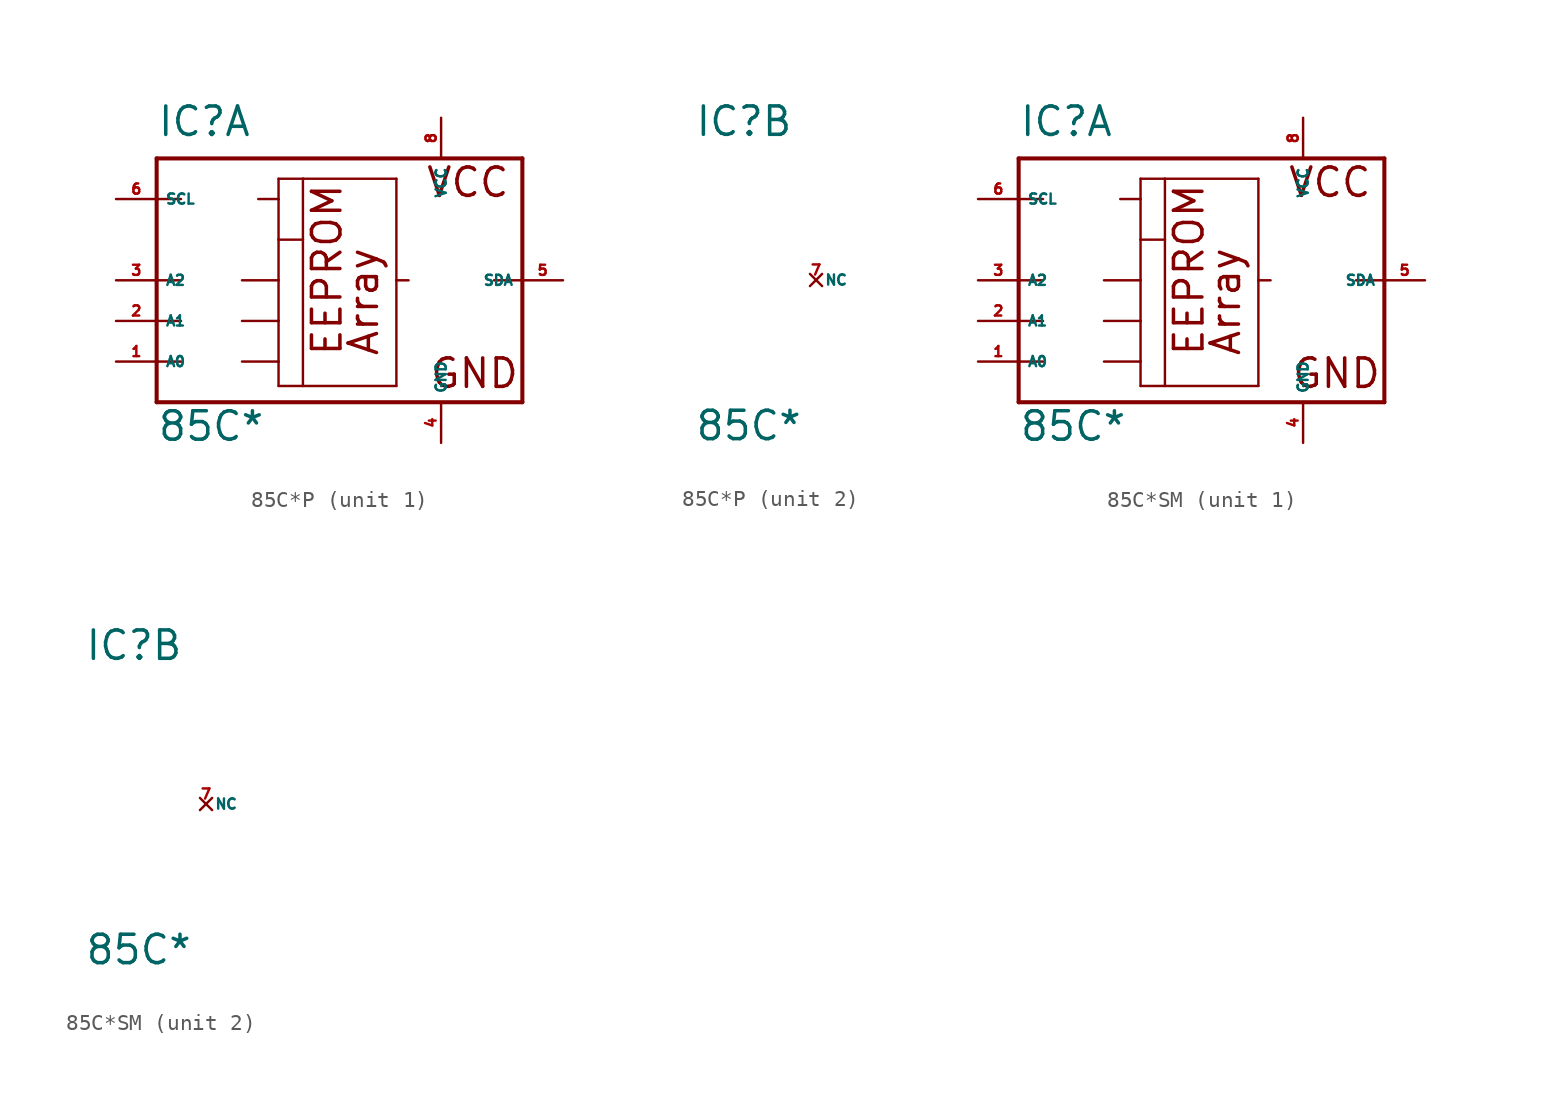
<source format=kicad_sym>
(kicad_symbol_lib
  (version 20220914)
  (generator Eagle2Kicad)
  (symbol "85C*P"
    (property "Reference" "IC"
      (at -10.16 8.89 0)
      (effects (font (size 1.778 1.778) (thickness 0.22)) (justify left bottom)))
    (property "Value" "85C*"
      (at -10.16 -10.16 0)
      (effects (font (size 1.778 1.778) (thickness 0.22)) (justify left bottom)))
    (symbol "85C*P_1_0"
      (polyline (pts (xy -10.16 7.62) (xy 12.7 7.62)) (stroke (width 0.254) (type default)) (fill (type none)))
      (polyline (pts (xy 12.7 7.62) (xy 12.7 0)) (stroke (width 0.254) (type default)) (fill (type none)))
      (polyline (pts (xy 12.7 0) (xy 12.7 -7.62)) (stroke (width 0.254) (type default)) (fill (type none)))
      (polyline (pts (xy 12.7 -7.62) (xy -10.16 -7.62)) (stroke (width 0.254) (type default)) (fill (type none)))
      (polyline (pts (xy -10.16 -7.62) (xy -10.16 -5.08)) (stroke (width 0.254) (type default)) (fill (type none)))
      (polyline (pts (xy -10.16 -5.08) (xy -10.16 -2.54)) (stroke (width 0.254) (type default)) (fill (type none)))
      (polyline (pts (xy -10.16 -2.54) (xy -10.16 0)) (stroke (width 0.254) (type default)) (fill (type none)))
      (polyline (pts (xy -10.16 0) (xy -10.16 5.08)) (stroke (width 0.254) (type default)) (fill (type none)))
      (polyline (pts (xy -10.16 5.08) (xy -10.16 7.62)) (stroke (width 0.254) (type default)) (fill (type none)))
      (polyline (pts (xy -2.54 6.35) (xy -1.016 6.35)) (stroke (width 0.152) (type default)) (fill (type none)))
      (polyline (pts (xy -1.016 6.35) (xy 4.826 6.35)) (stroke (width 0.152) (type default)) (fill (type none)))
      (polyline (pts (xy 4.826 6.35) (xy 4.826 0)) (stroke (width 0.152) (type default)) (fill (type none)))
      (polyline (pts (xy 4.826 0) (xy 4.826 -6.604)) (stroke (width 0.152) (type default)) (fill (type none)))
      (polyline (pts (xy 4.826 -6.604) (xy -1.016 -6.604)) (stroke (width 0.152) (type default)) (fill (type none)))
      (polyline (pts (xy -1.016 -6.604) (xy -2.54 -6.604)) (stroke (width 0.152) (type default)) (fill (type none)))
      (polyline (pts (xy -2.54 -6.604) (xy -2.54 -5.08)) (stroke (width 0.152) (type default)) (fill (type none)))
      (polyline (pts (xy -2.54 -5.08) (xy -2.54 -2.54)) (stroke (width 0.152) (type default)) (fill (type none)))
      (polyline (pts (xy -2.54 -2.54) (xy -2.54 0)) (stroke (width 0.152) (type default)) (fill (type none)))
      (polyline (pts (xy -2.54 0) (xy -2.54 2.54)) (stroke (width 0.152) (type default)) (fill (type none)))
      (polyline (pts (xy -2.54 2.54) (xy -2.54 5.08)) (stroke (width 0.152) (type default)) (fill (type none)))
      (polyline (pts (xy -2.54 5.08) (xy -2.54 6.35)) (stroke (width 0.152) (type default)) (fill (type none)))
      (polyline (pts (xy -4.826 0) (xy -2.54 0)) (stroke (width 0.152) (type default)) (fill (type none)))
      (polyline (pts (xy -4.826 -2.54) (xy -2.54 -2.54)) (stroke (width 0.152) (type default)) (fill (type none)))
      (polyline (pts (xy -4.826 -5.08) (xy -2.54 -5.08)) (stroke (width 0.152) (type default)) (fill (type none)))
      (polyline (pts (xy -10.16 0) (xy -8.636 0)) (stroke (width 0.152) (type default)) (fill (type none)))
      (polyline (pts (xy -10.16 -2.54) (xy -8.636 -2.54)) (stroke (width 0.152) (type default)) (fill (type none)))
      (polyline (pts (xy -10.16 -5.08) (xy -8.636 -5.08)) (stroke (width 0.152) (type default)) (fill (type none)))
      (polyline (pts (xy 12.7 0) (xy 10.922 0)) (stroke (width 0.152) (type default)) (fill (type none)))
      (polyline (pts (xy 5.588 0) (xy 4.826 0)) (stroke (width 0.152) (type default)) (fill (type none)))
      (polyline (pts (xy -1.016 6.35) (xy -1.016 2.54)) (stroke (width 0.152) (type default)) (fill (type none)))
      (polyline (pts (xy -1.016 2.54) (xy -1.016 -6.604)) (stroke (width 0.152) (type default)) (fill (type none)))
      (polyline (pts (xy -10.16 5.08) (xy -8.636 5.08)) (stroke (width 0.152) (type default)) (fill (type none)))
      (polyline (pts (xy -3.81 5.08) (xy -2.54 5.08)) (stroke (width 0.152) (type default)) (fill (type none)))
      (polyline (pts (xy -1.016 2.54) (xy -2.54 2.54)) (stroke (width 0.152) (type default)) (fill (type none)))
      (text "Array" (at 3.81 -4.826 900) (effects (font (size 1.778 1.778) (thickness 0.22)) (justify left bottom)))
      (text "VCC" (at 6.604 5.08 0) (effects (font (size 1.778 1.778) (thickness 0.22)) (justify left bottom)))
      (text "GND" (at 6.858 -6.858 0) (effects (font (size 1.778 1.778) (thickness 0.22)) (justify left bottom)))
      (text "EEPROM" (at 1.524 -4.826 900) (effects (font (size 1.778 1.778) (thickness 0.22)) (justify left bottom)))
      (pin unspecified line (at 7.62 10.16 270) (length 2.54) (name "VCC" (effects (font (size 0.635 0.635) (thickness 0.08)) (justify left bottom))) (number "8" (effects (font (size 0.635 0.635) (thickness 0.08)) (justify left bottom))))
      (pin unspecified line (at 7.62 -10.16 90) (length 2.54) (name "GND" (effects (font (size 0.635 0.635) (thickness 0.08)) (justify left bottom))) (number "4" (effects (font (size 0.635 0.635) (thickness 0.08)) (justify left bottom))))
      (pin tri_state line (at 15.24 0 180) (length 2.54) (name "SDA" (effects (font (size 0.635 0.635) (thickness 0.08)) (justify left bottom))) (number "5" (effects (font (size 0.635 0.635) (thickness 0.08)) (justify left bottom))))
      (pin input line (at -12.7 -5.08 0) (length 2.54) (name "A0" (effects (font (size 0.635 0.635) (thickness 0.08)) (justify left bottom))) (number "1" (effects (font (size 0.635 0.635) (thickness 0.08)) (justify left bottom))))
      (pin input line (at -12.7 -2.54 0) (length 2.54) (name "A1" (effects (font (size 0.635 0.635) (thickness 0.08)) (justify left bottom))) (number "2" (effects (font (size 0.635 0.635) (thickness 0.08)) (justify left bottom))))
      (pin input line (at -12.7 0 0) (length 2.54) (name "A2" (effects (font (size 0.635 0.635) (thickness 0.08)) (justify left bottom))) (number "3" (effects (font (size 0.635 0.635) (thickness 0.08)) (justify left bottom))))
      (pin input line (at -12.7 5.08 0) (length 2.54) (name "SCL" (effects (font (size 0.635 0.635) (thickness 0.08)) (justify left bottom))) (number "6" (effects (font (size 0.635 0.635) (thickness 0.08)) (justify left bottom)))))
    (symbol "85C*P_2_0"
      (pin no_connect line (at -2.54 0 0) (length 0) (name "NC" (effects (font (size 0.635 0.635) (thickness 0.08)) (justify left bottom) hide)) (number "7" (effects (font (size 0.635 0.635) (thickness 0.08)) (justify left bottom) hide)))))
  (symbol "85C*SM"
    (property "Reference" "IC"
      (at -10.16 8.89 0)
      (effects (font (size 1.778 1.778) (thickness 0.22)) (justify left bottom)))
    (property "Value" "85C*"
      (at -10.16 -10.16 0)
      (effects (font (size 1.778 1.778) (thickness 0.22)) (justify left bottom)))
    (symbol "85C*SM_1_0"
      (polyline (pts (xy -10.16 7.62) (xy 12.7 7.62)) (stroke (width 0.254) (type default)) (fill (type none)))
      (polyline (pts (xy 12.7 7.62) (xy 12.7 0)) (stroke (width 0.254) (type default)) (fill (type none)))
      (polyline (pts (xy 12.7 0) (xy 12.7 -7.62)) (stroke (width 0.254) (type default)) (fill (type none)))
      (polyline (pts (xy 12.7 -7.62) (xy -10.16 -7.62)) (stroke (width 0.254) (type default)) (fill (type none)))
      (polyline (pts (xy -10.16 -7.62) (xy -10.16 -5.08)) (stroke (width 0.254) (type default)) (fill (type none)))
      (polyline (pts (xy -10.16 -5.08) (xy -10.16 -2.54)) (stroke (width 0.254) (type default)) (fill (type none)))
      (polyline (pts (xy -10.16 -2.54) (xy -10.16 0)) (stroke (width 0.254) (type default)) (fill (type none)))
      (polyline (pts (xy -10.16 0) (xy -10.16 5.08)) (stroke (width 0.254) (type default)) (fill (type none)))
      (polyline (pts (xy -10.16 5.08) (xy -10.16 7.62)) (stroke (width 0.254) (type default)) (fill (type none)))
      (polyline (pts (xy -2.54 6.35) (xy -1.016 6.35)) (stroke (width 0.152) (type default)) (fill (type none)))
      (polyline (pts (xy -1.016 6.35) (xy 4.826 6.35)) (stroke (width 0.152) (type default)) (fill (type none)))
      (polyline (pts (xy 4.826 6.35) (xy 4.826 0)) (stroke (width 0.152) (type default)) (fill (type none)))
      (polyline (pts (xy 4.826 0) (xy 4.826 -6.604)) (stroke (width 0.152) (type default)) (fill (type none)))
      (polyline (pts (xy 4.826 -6.604) (xy -1.016 -6.604)) (stroke (width 0.152) (type default)) (fill (type none)))
      (polyline (pts (xy -1.016 -6.604) (xy -2.54 -6.604)) (stroke (width 0.152) (type default)) (fill (type none)))
      (polyline (pts (xy -2.54 -6.604) (xy -2.54 -5.08)) (stroke (width 0.152) (type default)) (fill (type none)))
      (polyline (pts (xy -2.54 -5.08) (xy -2.54 -2.54)) (stroke (width 0.152) (type default)) (fill (type none)))
      (polyline (pts (xy -2.54 -2.54) (xy -2.54 0)) (stroke (width 0.152) (type default)) (fill (type none)))
      (polyline (pts (xy -2.54 0) (xy -2.54 2.54)) (stroke (width 0.152) (type default)) (fill (type none)))
      (polyline (pts (xy -2.54 2.54) (xy -2.54 5.08)) (stroke (width 0.152) (type default)) (fill (type none)))
      (polyline (pts (xy -2.54 5.08) (xy -2.54 6.35)) (stroke (width 0.152) (type default)) (fill (type none)))
      (polyline (pts (xy -4.826 0) (xy -2.54 0)) (stroke (width 0.152) (type default)) (fill (type none)))
      (polyline (pts (xy -4.826 -2.54) (xy -2.54 -2.54)) (stroke (width 0.152) (type default)) (fill (type none)))
      (polyline (pts (xy -4.826 -5.08) (xy -2.54 -5.08)) (stroke (width 0.152) (type default)) (fill (type none)))
      (polyline (pts (xy -10.16 0) (xy -8.636 0)) (stroke (width 0.152) (type default)) (fill (type none)))
      (polyline (pts (xy -10.16 -2.54) (xy -8.636 -2.54)) (stroke (width 0.152) (type default)) (fill (type none)))
      (polyline (pts (xy -10.16 -5.08) (xy -8.636 -5.08)) (stroke (width 0.152) (type default)) (fill (type none)))
      (polyline (pts (xy 12.7 0) (xy 10.922 0)) (stroke (width 0.152) (type default)) (fill (type none)))
      (polyline (pts (xy 5.588 0) (xy 4.826 0)) (stroke (width 0.152) (type default)) (fill (type none)))
      (polyline (pts (xy -1.016 6.35) (xy -1.016 2.54)) (stroke (width 0.152) (type default)) (fill (type none)))
      (polyline (pts (xy -1.016 2.54) (xy -1.016 -6.604)) (stroke (width 0.152) (type default)) (fill (type none)))
      (polyline (pts (xy -10.16 5.08) (xy -8.636 5.08)) (stroke (width 0.152) (type default)) (fill (type none)))
      (polyline (pts (xy -3.81 5.08) (xy -2.54 5.08)) (stroke (width 0.152) (type default)) (fill (type none)))
      (polyline (pts (xy -1.016 2.54) (xy -2.54 2.54)) (stroke (width 0.152) (type default)) (fill (type none)))
      (text "Array" (at 3.81 -4.826 900) (effects (font (size 1.778 1.778) (thickness 0.22)) (justify left bottom)))
      (text "VCC" (at 6.604 5.08 0) (effects (font (size 1.778 1.778) (thickness 0.22)) (justify left bottom)))
      (text "GND" (at 6.858 -6.858 0) (effects (font (size 1.778 1.778) (thickness 0.22)) (justify left bottom)))
      (text "EEPROM" (at 1.524 -4.826 900) (effects (font (size 1.778 1.778) (thickness 0.22)) (justify left bottom)))
      (pin unspecified line (at 7.62 10.16 270) (length 2.54) (name "VCC" (effects (font (size 0.635 0.635) (thickness 0.08)) (justify left bottom))) (number "8" (effects (font (size 0.635 0.635) (thickness 0.08)) (justify left bottom))))
      (pin unspecified line (at 7.62 -10.16 90) (length 2.54) (name "GND" (effects (font (size 0.635 0.635) (thickness 0.08)) (justify left bottom))) (number "4" (effects (font (size 0.635 0.635) (thickness 0.08)) (justify left bottom))))
      (pin tri_state line (at 15.24 0 180) (length 2.54) (name "SDA" (effects (font (size 0.635 0.635) (thickness 0.08)) (justify left bottom))) (number "5" (effects (font (size 0.635 0.635) (thickness 0.08)) (justify left bottom))))
      (pin input line (at -12.7 -5.08 0) (length 2.54) (name "A0" (effects (font (size 0.635 0.635) (thickness 0.08)) (justify left bottom))) (number "1" (effects (font (size 0.635 0.635) (thickness 0.08)) (justify left bottom))))
      (pin input line (at -12.7 -2.54 0) (length 2.54) (name "A1" (effects (font (size 0.635 0.635) (thickness 0.08)) (justify left bottom))) (number "2" (effects (font (size 0.635 0.635) (thickness 0.08)) (justify left bottom))))
      (pin input line (at -12.7 0 0) (length 2.54) (name "A2" (effects (font (size 0.635 0.635) (thickness 0.08)) (justify left bottom))) (number "3" (effects (font (size 0.635 0.635) (thickness 0.08)) (justify left bottom))))
      (pin input line (at -12.7 5.08 0) (length 2.54) (name "SCL" (effects (font (size 0.635 0.635) (thickness 0.08)) (justify left bottom))) (number "6" (effects (font (size 0.635 0.635) (thickness 0.08)) (justify left bottom)))))
    (symbol "85C*SM_2_0"
      (pin no_connect line (at -2.54 0 0) (length 0) (name "NC" (effects (font (size 0.635 0.635) (thickness 0.08)) (justify left bottom) hide)) (number "7" (effects (font (size 0.635 0.635) (thickness 0.08)) (justify left bottom) hide))))))
</source>
